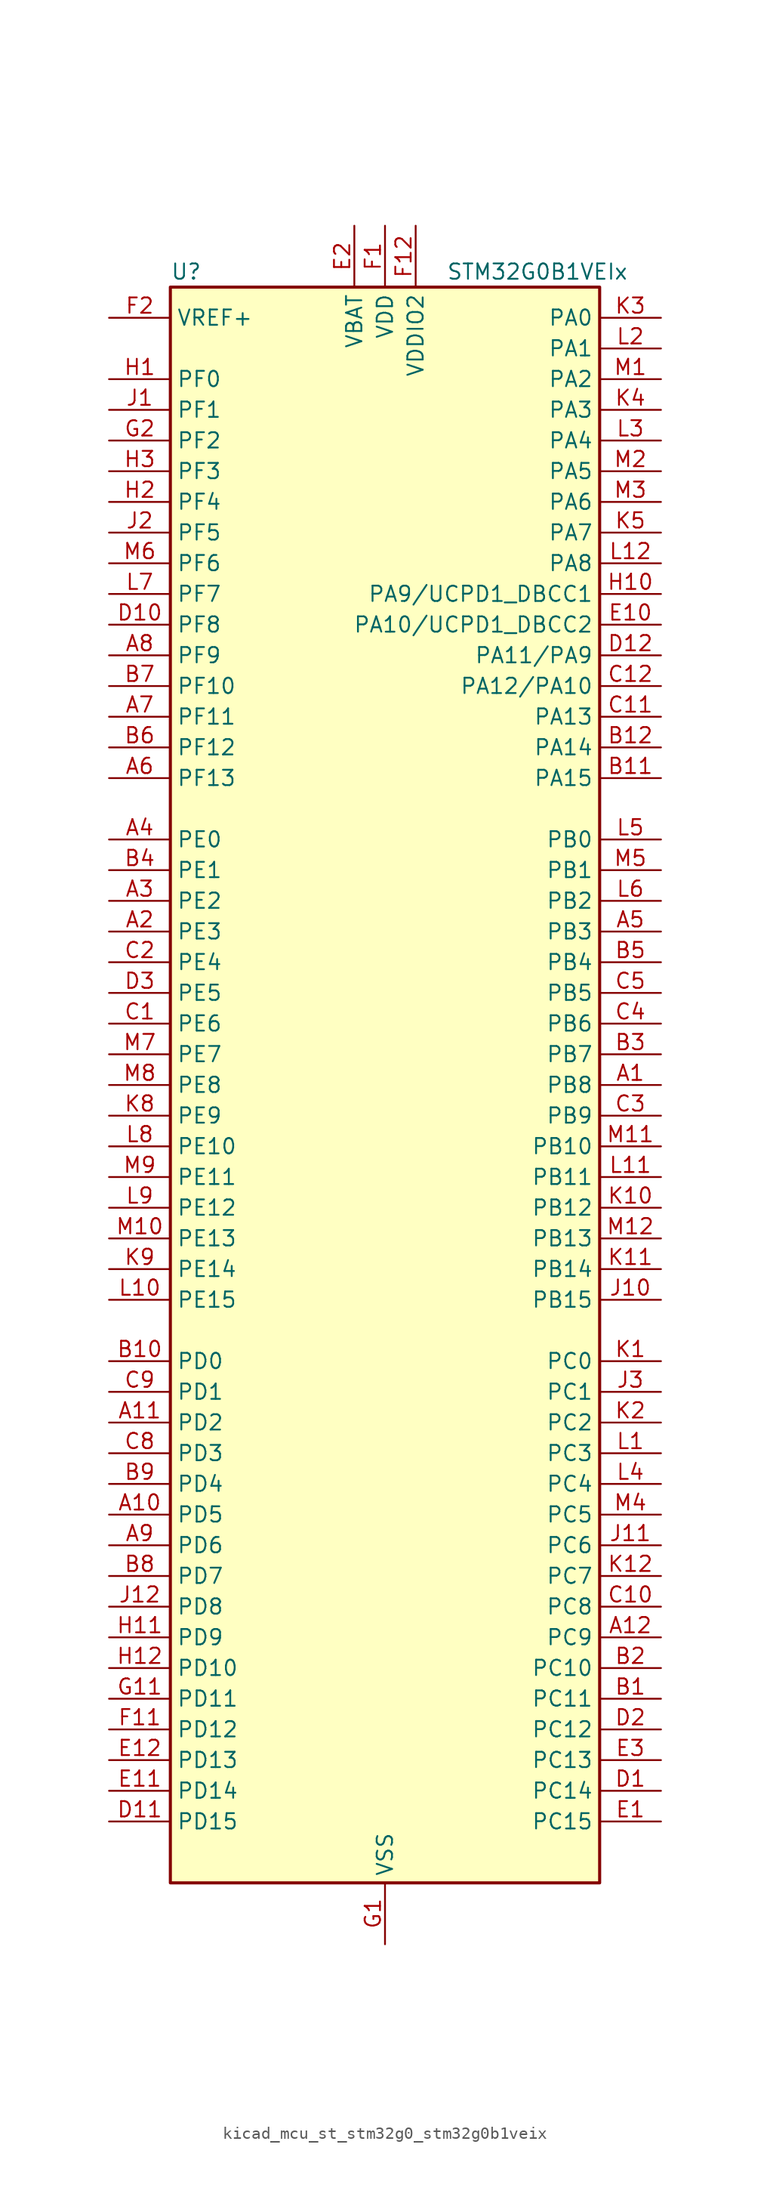
<source format=kicad_sym>
(kicad_symbol_lib
  (version 20220914)
  (generator kicad_symbol_editor)
  (symbol "kicad_mcu_st_stm32g0_stm32g0b1veix"
    (property "Reference" "U"
      (at -17.78 67.31 0)
      (effects (font (size 1.27 1.27)) (justify left)))
    (property "Value" "STM32G0B1VEIx"
      (at 5.08 67.31 0)
      (effects (font (size 1.27 1.27)) (justify left)))
    (property "ki_locked" ""
      (at 0 0 0)
      (effects (font (size 1.27 1.27))))
    (symbol "kicad_mcu_st_stm32g0_stm32g0b1veix_0_1"
      (rectangle (start -17.78 -66.04) (end 17.78 66.04) (stroke (width 0.254) (type default)) (fill (type background))))
    (symbol "kicad_mcu_st_stm32g0_stm32g0b1veix_1_1"
      (pin bidirectional line (at 22.86 0 180) (length 5.08) (name "PB8" (effects (font (size 1.27 1.27)))) (number "A1" (effects (font (size 1.27 1.27)))) (alternate "CEC" bidirectional line) (alternate "FDCAN1_RX" bidirectional line) (alternate "I2C1_SCL" bidirectional line) (alternate "I2S2_CK" bidirectional line) (alternate "SPI2_SCK" bidirectional line) (alternate "TIM15_BK" bidirectional line) (alternate "TIM16_CH1" bidirectional line) (alternate "TIM4_CH3" bidirectional line) (alternate "USART3_TX" bidirectional line) (alternate "USART6_TX" bidirectional line))
      (pin bidirectional line (at -22.86 -35.56 0) (length 5.08) (name "PD5" (effects (font (size 1.27 1.27)))) (number "A10" (effects (font (size 1.27 1.27)))) (alternate "I2S1_MCK" bidirectional line) (alternate "SPI1_MISO" bidirectional line) (alternate "TIM1_BK" bidirectional line) (alternate "USART2_TX" bidirectional line) (alternate "USART5_CTS" bidirectional line) (alternate "USART5_NSS" bidirectional line))
      (pin bidirectional line (at -22.86 -27.94 0) (length 5.08) (name "PD2" (effects (font (size 1.27 1.27)))) (number "A11" (effects (font (size 1.27 1.27)))) (alternate "TIM1_CH1N" bidirectional line) (alternate "TIM3_ETR" bidirectional line) (alternate "UCPD2_CC2" bidirectional line) (alternate "USART3_CK" bidirectional line) (alternate "USART3_DE" bidirectional line) (alternate "USART3_RTS" bidirectional line) (alternate "USART5_RX" bidirectional line))
      (pin bidirectional line (at 22.86 -45.72 180) (length 5.08) (name "PC9" (effects (font (size 1.27 1.27)))) (number "A12" (effects (font (size 1.27 1.27)))) (alternate "DAC1_EXTI9" bidirectional line) (alternate "I2S_CKIN" bidirectional line) (alternate "LPUART2_DE" bidirectional line) (alternate "LPUART2_RTS" bidirectional line) (alternate "TIM1_CH2" bidirectional line) (alternate "TIM3_CH4" bidirectional line) (alternate "USB_NOE" bidirectional line))
      (pin bidirectional line (at -22.86 12.7 0) (length 5.08) (name "PE3" (effects (font (size 1.27 1.27)))) (number "A2" (effects (font (size 1.27 1.27)))) (alternate "TIM3_CH1" bidirectional line))
      (pin bidirectional line (at -22.86 15.24 0) (length 5.08) (name "PE2" (effects (font (size 1.27 1.27)))) (number "A3" (effects (font (size 1.27 1.27)))) (alternate "TIM3_ETR" bidirectional line))
      (pin bidirectional line (at -22.86 20.32 0) (length 5.08) (name "PE0" (effects (font (size 1.27 1.27)))) (number "A4" (effects (font (size 1.27 1.27)))) (alternate "TIM16_CH1" bidirectional line) (alternate "TIM4_ETR" bidirectional line))
      (pin bidirectional line (at 22.86 12.7 180) (length 5.08) (name "PB3" (effects (font (size 1.27 1.27)))) (number "A5" (effects (font (size 1.27 1.27)))) (alternate "COMP2_INM" bidirectional line) (alternate "I2C2_SCL" bidirectional line) (alternate "I2C3_SCL" bidirectional line) (alternate "I2S1_CK" bidirectional line) (alternate "SPI1_SCK" bidirectional line) (alternate "SPI3_SCK" bidirectional line) (alternate "TIM1_CH2" bidirectional line) (alternate "TIM2_CH2" bidirectional line) (alternate "USART1_CK" bidirectional line) (alternate "USART1_DE" bidirectional line) (alternate "USART1_RTS" bidirectional line) (alternate "USART5_TX" bidirectional line))
      (pin bidirectional line (at -22.86 25.4 0) (length 5.08) (name "PF13" (effects (font (size 1.27 1.27)))) (number "A6" (effects (font (size 1.27 1.27)))) (alternate "TIM15_CH2" bidirectional line))
      (pin bidirectional line (at -22.86 30.48 0) (length 5.08) (name "PF11" (effects (font (size 1.27 1.27)))) (number "A7" (effects (font (size 1.27 1.27)))) (alternate "ADC1_EXTI11" bidirectional line) (alternate "USART6_CK" bidirectional line) (alternate "USART6_DE" bidirectional line) (alternate "USART6_RTS" bidirectional line))
      (pin bidirectional line (at -22.86 35.56 0) (length 5.08) (name "PF9" (effects (font (size 1.27 1.27)))) (number "A8" (effects (font (size 1.27 1.27)))) (alternate "DAC1_EXTI9" bidirectional line) (alternate "USART6_TX" bidirectional line))
      (pin bidirectional line (at -22.86 -38.1 0) (length 5.08) (name "PD6" (effects (font (size 1.27 1.27)))) (number "A9" (effects (font (size 1.27 1.27)))) (alternate "I2S1_SD" bidirectional line) (alternate "LPTIM2_OUT" bidirectional line) (alternate "SPI1_MOSI" bidirectional line) (alternate "USART2_RX" bidirectional line))
      (pin bidirectional line (at 22.86 -50.8 180) (length 5.08) (name "PC11" (effects (font (size 1.27 1.27)))) (number "B1" (effects (font (size 1.27 1.27)))) (alternate "ADC1_EXTI11" bidirectional line) (alternate "SPI3_MISO" bidirectional line) (alternate "TIM1_CH4" bidirectional line) (alternate "USART3_RX" bidirectional line) (alternate "USART4_RX" bidirectional line))
      (pin bidirectional line (at -22.86 -22.86 0) (length 5.08) (name "PD0" (effects (font (size 1.27 1.27)))) (number "B10" (effects (font (size 1.27 1.27)))) (alternate "FDCAN1_RX" bidirectional line) (alternate "I2S2_WS" bidirectional line) (alternate "SPI2_NSS" bidirectional line) (alternate "TIM16_CH1" bidirectional line) (alternate "UCPD2_CC1" bidirectional line))
      (pin bidirectional line (at 22.86 25.4 180) (length 5.08) (name "PA15" (effects (font (size 1.27 1.27)))) (number "B11" (effects (font (size 1.27 1.27)))) (alternate "I2C2_SMBA" bidirectional line) (alternate "I2S1_WS" bidirectional line) (alternate "RCC_MCO_2" bidirectional line) (alternate "SPI1_NSS" bidirectional line) (alternate "SPI3_NSS" bidirectional line) (alternate "TIM2_CH1" bidirectional line) (alternate "TIM2_ETR" bidirectional line) (alternate "USART2_RX" bidirectional line) (alternate "USART3_CK" bidirectional line) (alternate "USART3_DE" bidirectional line) (alternate "USART3_RTS" bidirectional line) (alternate "USART4_CK" bidirectional line) (alternate "USART4_DE" bidirectional line) (alternate "USART4_RTS" bidirectional line) (alternate "USB_NOE" bidirectional line))
      (pin bidirectional line (at 22.86 27.94 180) (length 5.08) (name "PA14" (effects (font (size 1.27 1.27)))) (number "B12" (effects (font (size 1.27 1.27)))) (alternate "LPUART2_TX" bidirectional line) (alternate "SYS_SWCLK" bidirectional line) (alternate "USART2_TX" bidirectional line))
      (pin bidirectional line (at 22.86 -48.26 180) (length 5.08) (name "PC10" (effects (font (size 1.27 1.27)))) (number "B2" (effects (font (size 1.27 1.27)))) (alternate "SPI3_SCK" bidirectional line) (alternate "TIM1_CH3" bidirectional line) (alternate "USART3_TX" bidirectional line) (alternate "USART4_TX" bidirectional line))
      (pin bidirectional line (at 22.86 2.54 180) (length 5.08) (name "PB7" (effects (font (size 1.27 1.27)))) (number "B3" (effects (font (size 1.27 1.27)))) (alternate "COMP2_INM" bidirectional line) (alternate "I2C1_SDA" bidirectional line) (alternate "I2S2_SD" bidirectional line) (alternate "LPTIM1_IN2" bidirectional line) (alternate "LPUART2_RX" bidirectional line) (alternate "SPI2_MOSI" bidirectional line) (alternate "SYS_PVD_IN" bidirectional line) (alternate "TIM17_CH1N" bidirectional line) (alternate "TIM4_CH2" bidirectional line) (alternate "USART1_RX" bidirectional line) (alternate "USART4_CTS" bidirectional line) (alternate "USART4_NSS" bidirectional line))
      (pin bidirectional line (at -22.86 17.78 0) (length 5.08) (name "PE1" (effects (font (size 1.27 1.27)))) (number "B4" (effects (font (size 1.27 1.27)))) (alternate "TIM17_CH1" bidirectional line))
      (pin bidirectional line (at 22.86 10.16 180) (length 5.08) (name "PB4" (effects (font (size 1.27 1.27)))) (number "B5" (effects (font (size 1.27 1.27)))) (alternate "COMP2_INP" bidirectional line) (alternate "I2C2_SDA" bidirectional line) (alternate "I2C3_SDA" bidirectional line) (alternate "I2S1_MCK" bidirectional line) (alternate "SPI1_MISO" bidirectional line) (alternate "SPI3_MISO" bidirectional line) (alternate "TIM17_BK" bidirectional line) (alternate "TIM3_CH1" bidirectional line) (alternate "USART1_CTS" bidirectional line) (alternate "USART1_NSS" bidirectional line) (alternate "USART5_RX" bidirectional line))
      (pin bidirectional line (at -22.86 27.94 0) (length 5.08) (name "PF12" (effects (font (size 1.27 1.27)))) (number "B6" (effects (font (size 1.27 1.27)))) (alternate "TIM15_CH1" bidirectional line) (alternate "USART6_CTS" bidirectional line) (alternate "USART6_NSS" bidirectional line))
      (pin bidirectional line (at -22.86 33.02 0) (length 5.08) (name "PF10" (effects (font (size 1.27 1.27)))) (number "B7" (effects (font (size 1.27 1.27)))) (alternate "USART6_RX" bidirectional line))
      (pin bidirectional line (at -22.86 -40.64 0) (length 5.08) (name "PD7" (effects (font (size 1.27 1.27)))) (number "B8" (effects (font (size 1.27 1.27)))) (alternate "RCC_MCO_2" bidirectional line))
      (pin bidirectional line (at -22.86 -33.02 0) (length 5.08) (name "PD4" (effects (font (size 1.27 1.27)))) (number "B9" (effects (font (size 1.27 1.27)))) (alternate "I2S2_SD" bidirectional line) (alternate "SPI2_MOSI" bidirectional line) (alternate "TIM1_CH3N" bidirectional line) (alternate "USART2_CK" bidirectional line) (alternate "USART2_DE" bidirectional line) (alternate "USART2_RTS" bidirectional line) (alternate "USART5_CK" bidirectional line) (alternate "USART5_DE" bidirectional line) (alternate "USART5_RTS" bidirectional line))
      (pin bidirectional line (at -22.86 5.08 0) (length 5.08) (name "PE6" (effects (font (size 1.27 1.27)))) (number "C1" (effects (font (size 1.27 1.27)))) (alternate "RTC_TAMP_IN3" bidirectional line) (alternate "SYS_WKUP3" bidirectional line) (alternate "TIM3_CH4" bidirectional line))
      (pin bidirectional line (at 22.86 -43.18 180) (length 5.08) (name "PC8" (effects (font (size 1.27 1.27)))) (number "C10" (effects (font (size 1.27 1.27)))) (alternate "LPUART2_CTS" bidirectional line) (alternate "TIM1_CH1" bidirectional line) (alternate "TIM3_CH3" bidirectional line) (alternate "UCPD2_FRSTX1" bidirectional line) (alternate "UCPD2_FRSTX2" bidirectional line))
      (pin bidirectional line (at 22.86 30.48 180) (length 5.08) (name "PA13" (effects (font (size 1.27 1.27)))) (number "C11" (effects (font (size 1.27 1.27)))) (alternate "IR_OUT" bidirectional line) (alternate "LPUART2_RX" bidirectional line) (alternate "SYS_SWDIO" bidirectional line) (alternate "USB_NOE" bidirectional line))
      (pin bidirectional line (at 22.86 33.02 180) (length 5.08) (name "PA12/PA10" (effects (font (size 1.27 1.27)))) (number "C12" (effects (font (size 1.27 1.27)))) (alternate "COMP2_OUT" bidirectional line) (alternate "FDCAN1_TX" bidirectional line) (alternate "I2C2_SDA" bidirectional line) (alternate "I2S1_SD" bidirectional line) (alternate "I2S_CKIN" bidirectional line) (alternate "SPI1_MOSI" bidirectional line) (alternate "TIM1_ETR" bidirectional line) (alternate "USART1_CK" bidirectional line) (alternate "USART1_DE" bidirectional line) (alternate "USART1_RTS" bidirectional line) (alternate "USB_DP" bidirectional line))
      (pin bidirectional line (at -22.86 10.16 0) (length 5.08) (name "PE4" (effects (font (size 1.27 1.27)))) (number "C2" (effects (font (size 1.27 1.27)))) (alternate "TIM3_CH2" bidirectional line))
      (pin bidirectional line (at 22.86 -2.54 180) (length 5.08) (name "PB9" (effects (font (size 1.27 1.27)))) (number "C3" (effects (font (size 1.27 1.27)))) (alternate "DAC1_EXTI9" bidirectional line) (alternate "FDCAN1_TX" bidirectional line) (alternate "I2C1_SDA" bidirectional line) (alternate "I2S2_WS" bidirectional line) (alternate "IR_OUT" bidirectional line) (alternate "SPI2_NSS" bidirectional line) (alternate "TIM17_CH1" bidirectional line) (alternate "TIM4_CH4" bidirectional line) (alternate "UCPD2_FRSTX1" bidirectional line) (alternate "UCPD2_FRSTX2" bidirectional line) (alternate "USART3_RX" bidirectional line) (alternate "USART6_RX" bidirectional line))
      (pin bidirectional line (at 22.86 5.08 180) (length 5.08) (name "PB6" (effects (font (size 1.27 1.27)))) (number "C4" (effects (font (size 1.27 1.27)))) (alternate "COMP2_INP" bidirectional line) (alternate "FDCAN2_TX" bidirectional line) (alternate "I2C1_SCL" bidirectional line) (alternate "I2S2_MCK" bidirectional line) (alternate "LPTIM1_ETR" bidirectional line) (alternate "LPUART2_TX" bidirectional line) (alternate "SPI2_MISO" bidirectional line) (alternate "TIM16_CH1N" bidirectional line) (alternate "TIM1_CH3" bidirectional line) (alternate "TIM4_CH1" bidirectional line) (alternate "USART1_TX" bidirectional line) (alternate "USART5_CTS" bidirectional line) (alternate "USART5_NSS" bidirectional line))
      (pin bidirectional line (at 22.86 7.62 180) (length 5.08) (name "PB5" (effects (font (size 1.27 1.27)))) (number "C5" (effects (font (size 1.27 1.27)))) (alternate "COMP2_OUT" bidirectional line) (alternate "FDCAN2_RX" bidirectional line) (alternate "I2C1_SMBA" bidirectional line) (alternate "I2S1_SD" bidirectional line) (alternate "LPTIM1_IN1" bidirectional line) (alternate "SPI1_MOSI" bidirectional line) (alternate "SPI3_MOSI" bidirectional line) (alternate "SYS_WKUP6" bidirectional line) (alternate "TIM16_BK" bidirectional line) (alternate "TIM3_CH2" bidirectional line) (alternate "USART5_CK" bidirectional line) (alternate "USART5_DE" bidirectional line) (alternate "USART5_RTS" bidirectional line))
      (pin bidirectional line (at -22.86 -30.48 0) (length 5.08) (name "PD3" (effects (font (size 1.27 1.27)))) (number "C8" (effects (font (size 1.27 1.27)))) (alternate "I2S2_MCK" bidirectional line) (alternate "SPI2_MISO" bidirectional line) (alternate "TIM1_CH2N" bidirectional line) (alternate "UCPD2_DBCC2" bidirectional line) (alternate "USART2_CTS" bidirectional line) (alternate "USART2_NSS" bidirectional line) (alternate "USART5_TX" bidirectional line))
      (pin bidirectional line (at -22.86 -25.4 0) (length 5.08) (name "PD1" (effects (font (size 1.27 1.27)))) (number "C9" (effects (font (size 1.27 1.27)))) (alternate "FDCAN1_TX" bidirectional line) (alternate "I2S2_CK" bidirectional line) (alternate "SPI2_SCK" bidirectional line) (alternate "TIM17_CH1" bidirectional line) (alternate "UCPD2_DBCC1" bidirectional line))
      (pin bidirectional line (at 22.86 -58.42 180) (length 5.08) (name "PC14" (effects (font (size 1.27 1.27)))) (number "D1" (effects (font (size 1.27 1.27)))) (alternate "RCC_OSC32_IN" bidirectional line) (alternate "TIM1_BK2" bidirectional line))
      (pin bidirectional line (at -22.86 38.1 0) (length 5.08) (name "PF8" (effects (font (size 1.27 1.27)))) (number "D10" (effects (font (size 1.27 1.27)))))
      (pin bidirectional line (at -22.86 -60.96 0) (length 5.08) (name "PD15" (effects (font (size 1.27 1.27)))) (number "D11" (effects (font (size 1.27 1.27)))) (alternate "CRS1_SYNC" bidirectional line) (alternate "FDCAN2_TX" bidirectional line) (alternate "LPUART2_DE" bidirectional line) (alternate "LPUART2_RTS" bidirectional line) (alternate "TIM4_CH4" bidirectional line))
      (pin bidirectional line (at 22.86 35.56 180) (length 5.08) (name "PA11/PA9" (effects (font (size 1.27 1.27)))) (number "D12" (effects (font (size 1.27 1.27)))) (alternate "ADC1_EXTI11" bidirectional line) (alternate "COMP1_OUT" bidirectional line) (alternate "FDCAN1_RX" bidirectional line) (alternate "I2C2_SCL" bidirectional line) (alternate "I2S1_MCK" bidirectional line) (alternate "SPI1_MISO" bidirectional line) (alternate "TIM1_BK2" bidirectional line) (alternate "TIM1_CH4" bidirectional line) (alternate "USART1_CTS" bidirectional line) (alternate "USART1_NSS" bidirectional line) (alternate "USB_DM" bidirectional line))
      (pin bidirectional line (at 22.86 -53.34 180) (length 5.08) (name "PC12" (effects (font (size 1.27 1.27)))) (number "D2" (effects (font (size 1.27 1.27)))) (alternate "LPTIM1_IN1" bidirectional line) (alternate "SPI3_MOSI" bidirectional line) (alternate "TIM14_CH1" bidirectional line) (alternate "UCPD1_FRSTX1" bidirectional line) (alternate "UCPD1_FRSTX2" bidirectional line) (alternate "USART5_TX" bidirectional line))
      (pin bidirectional line (at -22.86 7.62 0) (length 5.08) (name "PE5" (effects (font (size 1.27 1.27)))) (number "D3" (effects (font (size 1.27 1.27)))) (alternate "TIM3_CH3" bidirectional line))
      (pin bidirectional line (at 22.86 -60.96 180) (length 5.08) (name "PC15" (effects (font (size 1.27 1.27)))) (number "E1" (effects (font (size 1.27 1.27)))) (alternate "RCC_OSC32_EN" bidirectional line) (alternate "RCC_OSC32_OUT" bidirectional line) (alternate "RCC_OSC_EN" bidirectional line) (alternate "TIM15_BK" bidirectional line))
      (pin bidirectional line (at 22.86 38.1 180) (length 5.08) (name "PA10/UCPD1_DBCC2" (effects (font (size 1.27 1.27)))) (number "E10" (effects (font (size 1.27 1.27)))) (alternate "I2C1_SDA" bidirectional line) (alternate "I2C2_SDA" bidirectional line) (alternate "I2S2_SD" bidirectional line) (alternate "RCC_MCO_2" bidirectional line) (alternate "SPI2_MOSI" bidirectional line) (alternate "TIM17_BK" bidirectional line) (alternate "TIM1_CH3" bidirectional line) (alternate "UCPD1_DBCC2" bidirectional line) (alternate "USART1_RX" bidirectional line))
      (pin bidirectional line (at -22.86 -58.42 0) (length 5.08) (name "PD14" (effects (font (size 1.27 1.27)))) (number "E11" (effects (font (size 1.27 1.27)))) (alternate "FDCAN2_RX" bidirectional line) (alternate "LPUART2_CTS" bidirectional line) (alternate "TIM4_CH3" bidirectional line))
      (pin bidirectional line (at -22.86 -55.88 0) (length 5.08) (name "PD13" (effects (font (size 1.27 1.27)))) (number "E12" (effects (font (size 1.27 1.27)))) (alternate "FDCAN1_TX" bidirectional line) (alternate "LPTIM2_OUT" bidirectional line) (alternate "TIM4_CH2" bidirectional line))
      (pin power_in line (at -2.54 71.12 270) (length 5.08) (name "VBAT" (effects (font (size 1.27 1.27)))) (number "E2" (effects (font (size 1.27 1.27)))))
      (pin bidirectional line (at 22.86 -55.88 180) (length 5.08) (name "PC13" (effects (font (size 1.27 1.27)))) (number "E3" (effects (font (size 1.27 1.27)))) (alternate "RTC_OUT1" bidirectional line) (alternate "RTC_TAMP_IN1" bidirectional line) (alternate "RTC_TS" bidirectional line) (alternate "SYS_WKUP2" bidirectional line) (alternate "TIM1_BK" bidirectional line))
      (pin power_in line (at 0 71.12 270) (length 5.08) (name "VDD" (effects (font (size 1.27 1.27)))) (number "F1" (effects (font (size 1.27 1.27)))))
      (pin bidirectional line (at -22.86 -53.34 0) (length 5.08) (name "PD12" (effects (font (size 1.27 1.27)))) (number "F11" (effects (font (size 1.27 1.27)))) (alternate "FDCAN1_RX" bidirectional line) (alternate "LPTIM2_IN1" bidirectional line) (alternate "TIM4_CH1" bidirectional line) (alternate "USART3_CK" bidirectional line) (alternate "USART3_DE" bidirectional line) (alternate "USART3_RTS" bidirectional line))
      (pin power_in line (at 2.54 71.12 270) (length 5.08) (name "VDDIO2" (effects (font (size 1.27 1.27)))) (number "F12" (effects (font (size 1.27 1.27)))))
      (pin input line (at -22.86 63.5 0) (length 5.08) (name "VREF+" (effects (font (size 1.27 1.27)))) (number "F2" (effects (font (size 1.27 1.27)))) (alternate "VREFBUF_OUT" bidirectional line))
      (pin power_in line (at 0 -71.12 90) (length 5.08) (name "VSS" (effects (font (size 1.27 1.27)))) (number "G1" (effects (font (size 1.27 1.27)))))
      (pin bidirectional line (at -22.86 -50.8 0) (length 5.08) (name "PD11" (effects (font (size 1.27 1.27)))) (number "G11" (effects (font (size 1.27 1.27)))) (alternate "ADC1_EXTI11" bidirectional line) (alternate "LPTIM2_ETR" bidirectional line) (alternate "USART3_CTS" bidirectional line) (alternate "USART3_NSS" bidirectional line))
      (pin passive line (at 0 -71.12 90) (length 5.08) hide (name "VSS" (effects (font (size 1.27 1.27)))) (number "G12" (effects (font (size 1.27 1.27)))))
      (pin bidirectional line (at -22.86 53.34 0) (length 5.08) (name "PF2" (effects (font (size 1.27 1.27)))) (number "G2" (effects (font (size 1.27 1.27)))) (alternate "LPUART2_DE" bidirectional line) (alternate "LPUART2_RTS" bidirectional line) (alternate "LPUART2_TX" bidirectional line) (alternate "RCC_MCO" bidirectional line))
      (pin bidirectional line (at -22.86 58.42 0) (length 5.08) (name "PF0" (effects (font (size 1.27 1.27)))) (number "H1" (effects (font (size 1.27 1.27)))) (alternate "CRS1_SYNC" bidirectional line) (alternate "RCC_OSC_IN" bidirectional line) (alternate "TIM14_CH1" bidirectional line))
      (pin bidirectional line (at 22.86 40.64 180) (length 5.08) (name "PA9/UCPD1_DBCC1" (effects (font (size 1.27 1.27)))) (number "H10" (effects (font (size 1.27 1.27)))) (alternate "DAC1_EXTI9" bidirectional line) (alternate "I2C1_SCL" bidirectional line) (alternate "I2C2_SCL" bidirectional line) (alternate "I2S2_MCK" bidirectional line) (alternate "RCC_MCO" bidirectional line) (alternate "SPI2_MISO" bidirectional line) (alternate "TIM15_BK" bidirectional line) (alternate "TIM1_CH2" bidirectional line) (alternate "UCPD1_DBCC1" bidirectional line) (alternate "USART1_TX" bidirectional line))
      (pin bidirectional line (at -22.86 -45.72 0) (length 5.08) (name "PD9" (effects (font (size 1.27 1.27)))) (number "H11" (effects (font (size 1.27 1.27)))) (alternate "DAC1_EXTI9" bidirectional line) (alternate "I2S1_WS" bidirectional line) (alternate "SPI1_NSS" bidirectional line) (alternate "TIM1_BK2" bidirectional line) (alternate "USART3_RX" bidirectional line))
      (pin bidirectional line (at -22.86 -48.26 0) (length 5.08) (name "PD10" (effects (font (size 1.27 1.27)))) (number "H12" (effects (font (size 1.27 1.27)))) (alternate "RCC_MCO" bidirectional line))
      (pin bidirectional line (at -22.86 48.26 0) (length 5.08) (name "PF4" (effects (font (size 1.27 1.27)))) (number "H2" (effects (font (size 1.27 1.27)))) (alternate "LPUART1_TX" bidirectional line))
      (pin bidirectional line (at -22.86 50.8 0) (length 5.08) (name "PF3" (effects (font (size 1.27 1.27)))) (number "H3" (effects (font (size 1.27 1.27)))) (alternate "LPUART2_RX" bidirectional line) (alternate "USART6_CK" bidirectional line) (alternate "USART6_DE" bidirectional line) (alternate "USART6_RTS" bidirectional line))
      (pin bidirectional line (at -22.86 55.88 0) (length 5.08) (name "PF1" (effects (font (size 1.27 1.27)))) (number "J1" (effects (font (size 1.27 1.27)))) (alternate "RCC_OSC_EN" bidirectional line) (alternate "RCC_OSC_OUT" bidirectional line) (alternate "TIM15_CH1N" bidirectional line))
      (pin bidirectional line (at 22.86 -17.78 180) (length 5.08) (name "PB15" (effects (font (size 1.27 1.27)))) (number "J10" (effects (font (size 1.27 1.27)))) (alternate "I2S2_SD" bidirectional line) (alternate "RTC_REFIN" bidirectional line) (alternate "SPI2_MOSI" bidirectional line) (alternate "TIM15_CH1N" bidirectional line) (alternate "TIM15_CH2" bidirectional line) (alternate "TIM1_CH3N" bidirectional line) (alternate "UCPD1_CC2" bidirectional line) (alternate "USART6_CTS" bidirectional line) (alternate "USART6_NSS" bidirectional line))
      (pin bidirectional line (at 22.86 -38.1 180) (length 5.08) (name "PC6" (effects (font (size 1.27 1.27)))) (number "J11" (effects (font (size 1.27 1.27)))) (alternate "LPUART2_TX" bidirectional line) (alternate "TIM2_CH3" bidirectional line) (alternate "TIM3_CH1" bidirectional line) (alternate "UCPD1_FRSTX1" bidirectional line) (alternate "UCPD1_FRSTX2" bidirectional line))
      (pin bidirectional line (at -22.86 -43.18 0) (length 5.08) (name "PD8" (effects (font (size 1.27 1.27)))) (number "J12" (effects (font (size 1.27 1.27)))) (alternate "I2S1_CK" bidirectional line) (alternate "LPTIM1_OUT" bidirectional line) (alternate "SPI1_SCK" bidirectional line) (alternate "USART3_TX" bidirectional line))
      (pin bidirectional line (at -22.86 45.72 0) (length 5.08) (name "PF5" (effects (font (size 1.27 1.27)))) (number "J2" (effects (font (size 1.27 1.27)))) (alternate "LPUART1_RX" bidirectional line))
      (pin bidirectional line (at 22.86 -25.4 180) (length 5.08) (name "PC1" (effects (font (size 1.27 1.27)))) (number "J3" (effects (font (size 1.27 1.27)))) (alternate "COMP3_INP" bidirectional line) (alternate "I2C3_SDA" bidirectional line) (alternate "LPTIM1_OUT" bidirectional line) (alternate "LPUART1_TX" bidirectional line) (alternate "LPUART2_RX" bidirectional line) (alternate "TIM15_CH1" bidirectional line) (alternate "USART6_RX" bidirectional line))
      (pin bidirectional line (at 22.86 -22.86 180) (length 5.08) (name "PC0" (effects (font (size 1.27 1.27)))) (number "K1" (effects (font (size 1.27 1.27)))) (alternate "COMP3_INM" bidirectional line) (alternate "COMP3_OUT" bidirectional line) (alternate "I2C3_SCL" bidirectional line) (alternate "LPTIM1_IN1" bidirectional line) (alternate "LPTIM2_IN1" bidirectional line) (alternate "LPUART1_RX" bidirectional line) (alternate "LPUART2_TX" bidirectional line) (alternate "USART6_TX" bidirectional line))
      (pin bidirectional line (at 22.86 -10.16 180) (length 5.08) (name "PB12" (effects (font (size 1.27 1.27)))) (number "K10" (effects (font (size 1.27 1.27)))) (alternate "ADC1_IN16" bidirectional line) (alternate "FDCAN2_RX" bidirectional line) (alternate "I2C2_SMBA" bidirectional line) (alternate "I2S2_WS" bidirectional line) (alternate "LPUART1_DE" bidirectional line) (alternate "LPUART1_RTS" bidirectional line) (alternate "SPI2_NSS" bidirectional line) (alternate "TIM15_BK" bidirectional line) (alternate "TIM1_BK" bidirectional line) (alternate "UCPD2_FRSTX1" bidirectional line) (alternate "UCPD2_FRSTX2" bidirectional line))
      (pin bidirectional line (at 22.86 -15.24 180) (length 5.08) (name "PB14" (effects (font (size 1.27 1.27)))) (number "K11" (effects (font (size 1.27 1.27)))) (alternate "I2C2_SDA" bidirectional line) (alternate "I2S2_MCK" bidirectional line) (alternate "SPI2_MISO" bidirectional line) (alternate "TIM15_CH1" bidirectional line) (alternate "TIM1_CH2N" bidirectional line) (alternate "UCPD1_FRSTX1" bidirectional line) (alternate "UCPD1_FRSTX2" bidirectional line) (alternate "USART3_CK" bidirectional line) (alternate "USART3_DE" bidirectional line) (alternate "USART3_RTS" bidirectional line) (alternate "USART6_CK" bidirectional line) (alternate "USART6_DE" bidirectional line) (alternate "USART6_RTS" bidirectional line))
      (pin bidirectional line (at 22.86 -40.64 180) (length 5.08) (name "PC7" (effects (font (size 1.27 1.27)))) (number "K12" (effects (font (size 1.27 1.27)))) (alternate "LPUART2_RX" bidirectional line) (alternate "TIM2_CH4" bidirectional line) (alternate "TIM3_CH2" bidirectional line) (alternate "UCPD2_FRSTX1" bidirectional line) (alternate "UCPD2_FRSTX2" bidirectional line))
      (pin bidirectional line (at 22.86 -27.94 180) (length 5.08) (name "PC2" (effects (font (size 1.27 1.27)))) (number "K2" (effects (font (size 1.27 1.27)))) (alternate "COMP3_OUT" bidirectional line) (alternate "FDCAN2_RX" bidirectional line) (alternate "I2S2_MCK" bidirectional line) (alternate "LPTIM1_IN2" bidirectional line) (alternate "SPI2_MISO" bidirectional line) (alternate "TIM15_CH2" bidirectional line))
      (pin bidirectional line (at 22.86 63.5 180) (length 5.08) (name "PA0" (effects (font (size 1.27 1.27)))) (number "K3" (effects (font (size 1.27 1.27)))) (alternate "ADC1_IN0" bidirectional line) (alternate "COMP1_INM" bidirectional line) (alternate "COMP1_OUT" bidirectional line) (alternate "I2S2_CK" bidirectional line) (alternate "LPTIM1_OUT" bidirectional line) (alternate "RTC_TAMP_IN2" bidirectional line) (alternate "SPI2_SCK" bidirectional line) (alternate "SYS_WKUP1" bidirectional line) (alternate "TIM2_CH1" bidirectional line) (alternate "TIM2_ETR" bidirectional line) (alternate "UCPD2_FRSTX1" bidirectional line) (alternate "UCPD2_FRSTX2" bidirectional line) (alternate "USART2_CTS" bidirectional line) (alternate "USART2_NSS" bidirectional line) (alternate "USART4_TX" bidirectional line))
      (pin bidirectional line (at 22.86 55.88 180) (length 5.08) (name "PA3" (effects (font (size 1.27 1.27)))) (number "K4" (effects (font (size 1.27 1.27)))) (alternate "ADC1_IN3" bidirectional line) (alternate "COMP2_INP" bidirectional line) (alternate "I2S2_MCK" bidirectional line) (alternate "LPUART1_RX" bidirectional line) (alternate "SPI2_MISO" bidirectional line) (alternate "TIM15_CH2" bidirectional line) (alternate "TIM2_CH4" bidirectional line) (alternate "UCPD2_FRSTX1" bidirectional line) (alternate "UCPD2_FRSTX2" bidirectional line) (alternate "USART2_RX" bidirectional line))
      (pin bidirectional line (at 22.86 45.72 180) (length 5.08) (name "PA7" (effects (font (size 1.27 1.27)))) (number "K5" (effects (font (size 1.27 1.27)))) (alternate "ADC1_IN7" bidirectional line) (alternate "COMP2_OUT" bidirectional line) (alternate "I2C2_SCL" bidirectional line) (alternate "I2C3_SCL" bidirectional line) (alternate "I2S1_SD" bidirectional line) (alternate "SPI1_MOSI" bidirectional line) (alternate "TIM14_CH1" bidirectional line) (alternate "TIM17_CH1" bidirectional line) (alternate "TIM1_CH1N" bidirectional line) (alternate "TIM3_CH2" bidirectional line) (alternate "UCPD1_FRSTX1" bidirectional line) (alternate "UCPD1_FRSTX2" bidirectional line) (alternate "USART6_CK" bidirectional line) (alternate "USART6_DE" bidirectional line) (alternate "USART6_RTS" bidirectional line))
      (pin bidirectional line (at -22.86 -2.54 0) (length 5.08) (name "PE9" (effects (font (size 1.27 1.27)))) (number "K8" (effects (font (size 1.27 1.27)))) (alternate "DAC1_EXTI9" bidirectional line) (alternate "TIM1_CH1" bidirectional line) (alternate "USART4_RX" bidirectional line))
      (pin bidirectional line (at -22.86 -15.24 0) (length 5.08) (name "PE14" (effects (font (size 1.27 1.27)))) (number "K9" (effects (font (size 1.27 1.27)))) (alternate "I2S1_MCK" bidirectional line) (alternate "SPI1_MISO" bidirectional line) (alternate "TIM1_BK2" bidirectional line) (alternate "TIM1_CH4" bidirectional line))
      (pin bidirectional line (at 22.86 -30.48 180) (length 5.08) (name "PC3" (effects (font (size 1.27 1.27)))) (number "L1" (effects (font (size 1.27 1.27)))) (alternate "FDCAN2_TX" bidirectional line) (alternate "I2S2_SD" bidirectional line) (alternate "LPTIM1_ETR" bidirectional line) (alternate "LPTIM2_ETR" bidirectional line) (alternate "SPI2_MOSI" bidirectional line))
      (pin bidirectional line (at -22.86 -17.78 0) (length 5.08) (name "PE15" (effects (font (size 1.27 1.27)))) (number "L10" (effects (font (size 1.27 1.27)))) (alternate "I2S1_SD" bidirectional line) (alternate "SPI1_MOSI" bidirectional line) (alternate "TIM1_BK" bidirectional line))
      (pin bidirectional line (at 22.86 -7.62 180) (length 5.08) (name "PB11" (effects (font (size 1.27 1.27)))) (number "L11" (effects (font (size 1.27 1.27)))) (alternate "ADC1_EXTI11" bidirectional line) (alternate "ADC1_IN15" bidirectional line) (alternate "COMP2_OUT" bidirectional line) (alternate "I2C2_SDA" bidirectional line) (alternate "I2S2_SD" bidirectional line) (alternate "LPUART1_TX" bidirectional line) (alternate "SPI2_MOSI" bidirectional line) (alternate "TIM2_CH4" bidirectional line) (alternate "USART3_RX" bidirectional line))
      (pin bidirectional line (at 22.86 43.18 180) (length 5.08) (name "PA8" (effects (font (size 1.27 1.27)))) (number "L12" (effects (font (size 1.27 1.27)))) (alternate "CRS1_SYNC" bidirectional line) (alternate "I2C2_SMBA" bidirectional line) (alternate "I2S2_WS" bidirectional line) (alternate "LPTIM2_OUT" bidirectional line) (alternate "RCC_MCO" bidirectional line) (alternate "SPI2_NSS" bidirectional line) (alternate "TIM1_CH1" bidirectional line) (alternate "UCPD1_CC1" bidirectional line))
      (pin bidirectional line (at 22.86 60.96 180) (length 5.08) (name "PA1" (effects (font (size 1.27 1.27)))) (number "L2" (effects (font (size 1.27 1.27)))) (alternate "ADC1_IN1" bidirectional line) (alternate "COMP1_INP" bidirectional line) (alternate "I2C1_SMBA" bidirectional line) (alternate "I2S1_CK" bidirectional line) (alternate "SPI1_SCK" bidirectional line) (alternate "TIM15_CH1N" bidirectional line) (alternate "TIM2_CH2" bidirectional line) (alternate "USART2_CK" bidirectional line) (alternate "USART2_DE" bidirectional line) (alternate "USART2_RTS" bidirectional line) (alternate "USART4_RX" bidirectional line))
      (pin bidirectional line (at 22.86 53.34 180) (length 5.08) (name "PA4" (effects (font (size 1.27 1.27)))) (number "L3" (effects (font (size 1.27 1.27)))) (alternate "ADC1_IN4" bidirectional line) (alternate "DAC1_OUT1" bidirectional line) (alternate "I2S1_WS" bidirectional line) (alternate "I2S2_SD" bidirectional line) (alternate "LPTIM2_OUT" bidirectional line) (alternate "RTC_OUT2" bidirectional line) (alternate "SPI1_NSS" bidirectional line) (alternate "SPI2_MOSI" bidirectional line) (alternate "SPI3_NSS" bidirectional line) (alternate "TIM14_CH1" bidirectional line) (alternate "UCPD2_FRSTX1" bidirectional line) (alternate "UCPD2_FRSTX2" bidirectional line) (alternate "USART6_TX" bidirectional line) (alternate "USB_NOE" bidirectional line))
      (pin bidirectional line (at 22.86 -33.02 180) (length 5.08) (name "PC4" (effects (font (size 1.27 1.27)))) (number "L4" (effects (font (size 1.27 1.27)))) (alternate "ADC1_IN17" bidirectional line) (alternate "COMP1_INM" bidirectional line) (alternate "FDCAN1_RX" bidirectional line) (alternate "TIM2_CH1" bidirectional line) (alternate "TIM2_ETR" bidirectional line) (alternate "USART1_TX" bidirectional line) (alternate "USART3_TX" bidirectional line))
      (pin bidirectional line (at 22.86 20.32 180) (length 5.08) (name "PB0" (effects (font (size 1.27 1.27)))) (number "L5" (effects (font (size 1.27 1.27)))) (alternate "ADC1_IN8" bidirectional line) (alternate "COMP1_OUT" bidirectional line) (alternate "COMP3_INP" bidirectional line) (alternate "FDCAN2_RX" bidirectional line) (alternate "I2S1_WS" bidirectional line) (alternate "LPTIM1_OUT" bidirectional line) (alternate "LPUART2_CTS" bidirectional line) (alternate "SPI1_NSS" bidirectional line) (alternate "TIM1_CH2N" bidirectional line) (alternate "TIM3_CH3" bidirectional line) (alternate "UCPD1_FRSTX1" bidirectional line) (alternate "UCPD1_FRSTX2" bidirectional line) (alternate "USART3_RX" bidirectional line) (alternate "USART5_TX" bidirectional line))
      (pin bidirectional line (at 22.86 15.24 180) (length 5.08) (name "PB2" (effects (font (size 1.27 1.27)))) (number "L6" (effects (font (size 1.27 1.27)))) (alternate "ADC1_IN10" bidirectional line) (alternate "COMP1_INP" bidirectional line) (alternate "COMP3_INM" bidirectional line) (alternate "I2S2_MCK" bidirectional line) (alternate "LPTIM1_OUT" bidirectional line) (alternate "RCC_MCO_2" bidirectional line) (alternate "SPI2_MISO" bidirectional line) (alternate "USART3_TX" bidirectional line))
      (pin bidirectional line (at -22.86 40.64 0) (length 5.08) (name "PF7" (effects (font (size 1.27 1.27)))) (number "L7" (effects (font (size 1.27 1.27)))) (alternate "LPUART1_CTS" bidirectional line) (alternate "USART5_CTS" bidirectional line) (alternate "USART5_NSS" bidirectional line))
      (pin bidirectional line (at -22.86 -5.08 0) (length 5.08) (name "PE10" (effects (font (size 1.27 1.27)))) (number "L8" (effects (font (size 1.27 1.27)))) (alternate "TIM1_CH2N" bidirectional line) (alternate "USART5_TX" bidirectional line))
      (pin bidirectional line (at -22.86 -10.16 0) (length 5.08) (name "PE12" (effects (font (size 1.27 1.27)))) (number "L9" (effects (font (size 1.27 1.27)))) (alternate "I2S1_WS" bidirectional line) (alternate "SPI1_NSS" bidirectional line) (alternate "TIM1_CH3N" bidirectional line))
      (pin bidirectional line (at 22.86 58.42 180) (length 5.08) (name "PA2" (effects (font (size 1.27 1.27)))) (number "M1" (effects (font (size 1.27 1.27)))) (alternate "ADC1_IN2" bidirectional line) (alternate "COMP2_INM" bidirectional line) (alternate "COMP2_OUT" bidirectional line) (alternate "I2S1_SD" bidirectional line) (alternate "LPUART1_TX" bidirectional line) (alternate "RCC_LSCO" bidirectional line) (alternate "SPI1_MOSI" bidirectional line) (alternate "SYS_WKUP4" bidirectional line) (alternate "TIM15_CH1" bidirectional line) (alternate "TIM2_CH3" bidirectional line) (alternate "UCPD1_FRSTX1" bidirectional line) (alternate "UCPD1_FRSTX2" bidirectional line) (alternate "USART2_TX" bidirectional line))
      (pin bidirectional line (at -22.86 -12.7 0) (length 5.08) (name "PE13" (effects (font (size 1.27 1.27)))) (number "M10" (effects (font (size 1.27 1.27)))) (alternate "I2S1_CK" bidirectional line) (alternate "SPI1_SCK" bidirectional line) (alternate "TIM1_CH3" bidirectional line))
      (pin bidirectional line (at 22.86 -5.08 180) (length 5.08) (name "PB10" (effects (font (size 1.27 1.27)))) (number "M11" (effects (font (size 1.27 1.27)))) (alternate "ADC1_IN11" bidirectional line) (alternate "CEC" bidirectional line) (alternate "COMP1_OUT" bidirectional line) (alternate "I2C2_SCL" bidirectional line) (alternate "I2S2_CK" bidirectional line) (alternate "LPUART1_RX" bidirectional line) (alternate "SPI2_SCK" bidirectional line) (alternate "TIM2_CH3" bidirectional line) (alternate "USART3_TX" bidirectional line))
      (pin bidirectional line (at 22.86 -12.7 180) (length 5.08) (name "PB13" (effects (font (size 1.27 1.27)))) (number "M12" (effects (font (size 1.27 1.27)))) (alternate "FDCAN2_TX" bidirectional line) (alternate "I2C2_SCL" bidirectional line) (alternate "I2S2_CK" bidirectional line) (alternate "LPUART1_CTS" bidirectional line) (alternate "SPI2_SCK" bidirectional line) (alternate "TIM15_CH1N" bidirectional line) (alternate "TIM1_CH1N" bidirectional line) (alternate "USART3_CTS" bidirectional line) (alternate "USART3_NSS" bidirectional line))
      (pin bidirectional line (at 22.86 50.8 180) (length 5.08) (name "PA5" (effects (font (size 1.27 1.27)))) (number "M2" (effects (font (size 1.27 1.27)))) (alternate "ADC1_IN5" bidirectional line) (alternate "CEC" bidirectional line) (alternate "DAC1_OUT2" bidirectional line) (alternate "I2S1_CK" bidirectional line) (alternate "LPTIM2_ETR" bidirectional line) (alternate "SPI1_SCK" bidirectional line) (alternate "TIM2_CH1" bidirectional line) (alternate "TIM2_ETR" bidirectional line) (alternate "UCPD1_FRSTX1" bidirectional line) (alternate "UCPD1_FRSTX2" bidirectional line) (alternate "USART3_TX" bidirectional line) (alternate "USART6_RX" bidirectional line))
      (pin bidirectional line (at 22.86 48.26 180) (length 5.08) (name "PA6" (effects (font (size 1.27 1.27)))) (number "M3" (effects (font (size 1.27 1.27)))) (alternate "ADC1_IN6" bidirectional line) (alternate "COMP1_OUT" bidirectional line) (alternate "I2C2_SDA" bidirectional line) (alternate "I2C3_SDA" bidirectional line) (alternate "I2S1_MCK" bidirectional line) (alternate "LPUART1_CTS" bidirectional line) (alternate "SPI1_MISO" bidirectional line) (alternate "TIM16_CH1" bidirectional line) (alternate "TIM1_BK" bidirectional line) (alternate "TIM3_CH1" bidirectional line) (alternate "USART3_CTS" bidirectional line) (alternate "USART3_NSS" bidirectional line) (alternate "USART6_CTS" bidirectional line) (alternate "USART6_NSS" bidirectional line))
      (pin bidirectional line (at 22.86 -35.56 180) (length 5.08) (name "PC5" (effects (font (size 1.27 1.27)))) (number "M4" (effects (font (size 1.27 1.27)))) (alternate "ADC1_IN18" bidirectional line) (alternate "COMP1_INP" bidirectional line) (alternate "FDCAN1_TX" bidirectional line) (alternate "SYS_WKUP5" bidirectional line) (alternate "TIM2_CH2" bidirectional line) (alternate "USART1_RX" bidirectional line) (alternate "USART3_RX" bidirectional line))
      (pin bidirectional line (at 22.86 17.78 180) (length 5.08) (name "PB1" (effects (font (size 1.27 1.27)))) (number "M5" (effects (font (size 1.27 1.27)))) (alternate "ADC1_IN9" bidirectional line) (alternate "COMP1_INM" bidirectional line) (alternate "COMP3_OUT" bidirectional line) (alternate "FDCAN2_TX" bidirectional line) (alternate "LPTIM2_IN1" bidirectional line) (alternate "LPUART1_DE" bidirectional line) (alternate "LPUART1_RTS" bidirectional line) (alternate "LPUART2_DE" bidirectional line) (alternate "LPUART2_RTS" bidirectional line) (alternate "TIM14_CH1" bidirectional line) (alternate "TIM1_CH3N" bidirectional line) (alternate "TIM3_CH4" bidirectional line) (alternate "USART3_CK" bidirectional line) (alternate "USART3_DE" bidirectional line) (alternate "USART3_RTS" bidirectional line) (alternate "USART5_RX" bidirectional line))
      (pin bidirectional line (at -22.86 43.18 0) (length 5.08) (name "PF6" (effects (font (size 1.27 1.27)))) (number "M6" (effects (font (size 1.27 1.27)))) (alternate "LPUART1_DE" bidirectional line) (alternate "LPUART1_RTS" bidirectional line))
      (pin bidirectional line (at -22.86 2.54 0) (length 5.08) (name "PE7" (effects (font (size 1.27 1.27)))) (number "M7" (effects (font (size 1.27 1.27)))) (alternate "COMP3_INP" bidirectional line) (alternate "TIM1_ETR" bidirectional line) (alternate "USART5_CK" bidirectional line) (alternate "USART5_DE" bidirectional line) (alternate "USART5_RTS" bidirectional line))
      (pin bidirectional line (at -22.86 0 0) (length 5.08) (name "PE8" (effects (font (size 1.27 1.27)))) (number "M8" (effects (font (size 1.27 1.27)))) (alternate "COMP3_INM" bidirectional line) (alternate "TIM1_CH1N" bidirectional line) (alternate "USART4_TX" bidirectional line))
      (pin bidirectional line (at -22.86 -7.62 0) (length 5.08) (name "PE11" (effects (font (size 1.27 1.27)))) (number "M9" (effects (font (size 1.27 1.27)))) (alternate "ADC1_EXTI11" bidirectional line) (alternate "TIM1_CH2" bidirectional line) (alternate "USART5_RX" bidirectional line)))))
</source>
